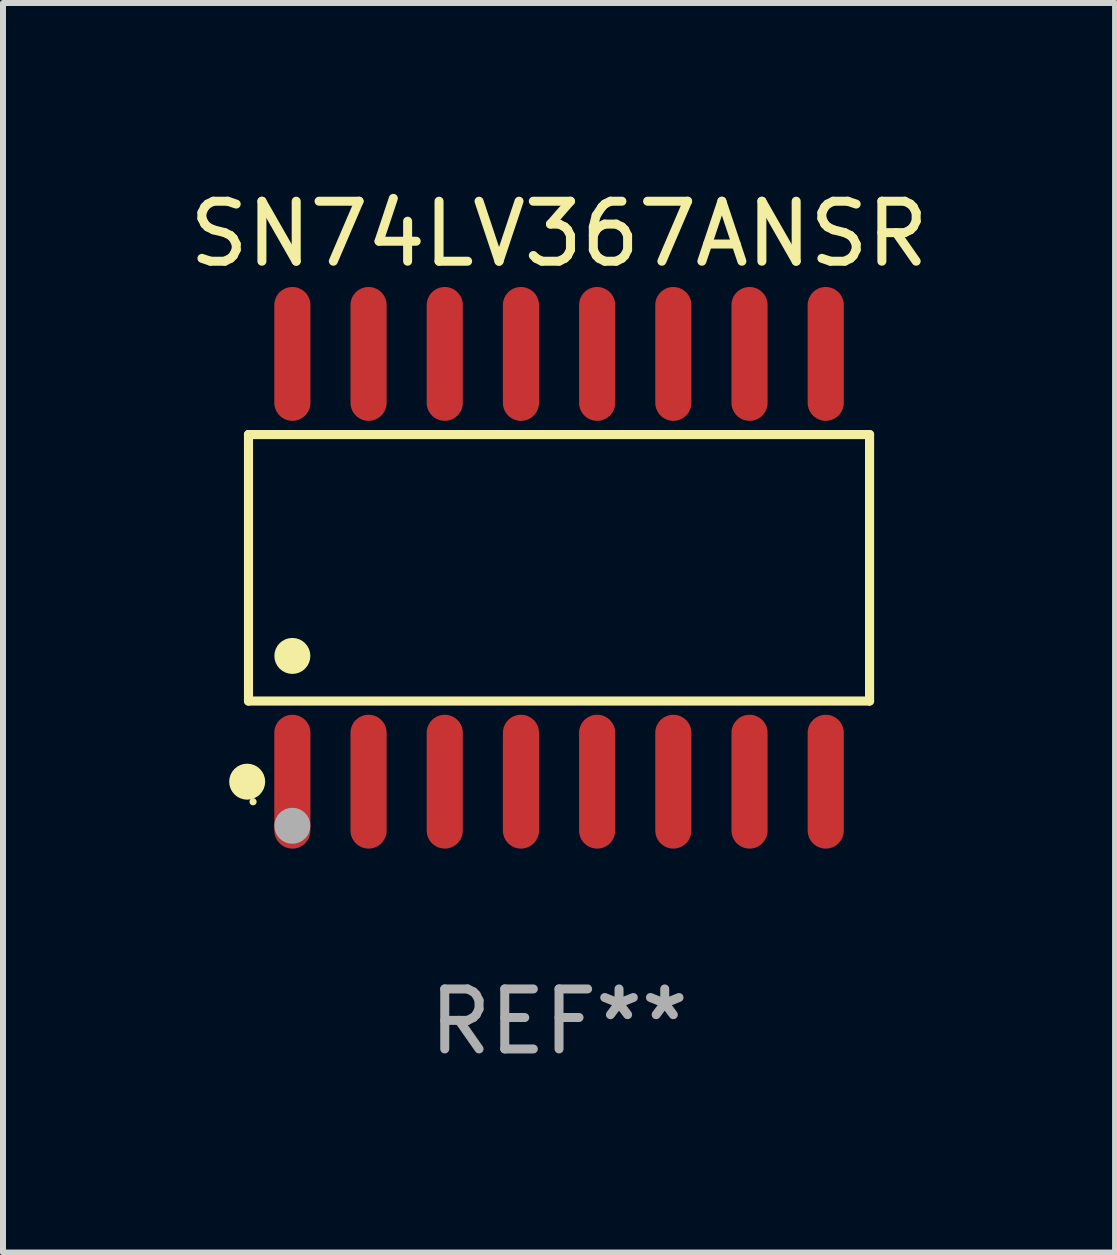
<source format=kicad_pcb>
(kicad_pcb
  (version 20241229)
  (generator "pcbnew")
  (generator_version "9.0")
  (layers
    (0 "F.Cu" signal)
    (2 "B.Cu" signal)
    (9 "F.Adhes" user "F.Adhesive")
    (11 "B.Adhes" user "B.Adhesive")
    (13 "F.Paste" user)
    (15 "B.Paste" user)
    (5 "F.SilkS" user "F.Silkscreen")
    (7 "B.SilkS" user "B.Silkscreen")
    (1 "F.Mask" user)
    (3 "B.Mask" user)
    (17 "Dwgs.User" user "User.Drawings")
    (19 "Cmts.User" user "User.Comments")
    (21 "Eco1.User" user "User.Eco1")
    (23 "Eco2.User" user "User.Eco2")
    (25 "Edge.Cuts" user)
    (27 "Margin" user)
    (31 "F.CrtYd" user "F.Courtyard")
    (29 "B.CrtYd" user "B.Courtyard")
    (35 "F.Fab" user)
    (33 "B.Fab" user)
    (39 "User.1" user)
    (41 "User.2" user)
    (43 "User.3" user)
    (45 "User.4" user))
  (footprint "SN74LV367ANSR"
    (layer "F.Cu")
    (at 6.268 6.414)
    (property "Reference" "SN74LV367ANSR" (at 0 -5.565 0) (layer "F.SilkS") (effects (font (size 1 1) (thickness 0.15))))
    (attr through_hole)
    (fp_line (start -5.176 -2.221) (end 5.176 -2.221) (stroke (width 0.152) (type solid)) (layer "F.SilkS"))
    (fp_line (start -5.176 2.221) (end -5.176 -2.221) (stroke (width 0.152) (type solid)) (layer "F.SilkS"))
    (fp_line (start 5.176 -2.221) (end 5.176 2.221) (stroke (width 0.152) (type solid)) (layer "F.SilkS"))
    (fp_line (start 5.176 2.221) (end -5.176 2.221) (stroke (width 0.152) (type solid)) (layer "F.SilkS"))
    (fp_circle (center -5.198 3.565) (end -5.048 3.565) (stroke (width 0.3) (type solid)) (fill no) (layer "F.SilkS"))
    (fp_circle (center -5.1 3.9) (end -5.07 3.9) (stroke (width 0.06) (type solid)) (fill no) (layer "F.SilkS"))
    (fp_circle (center -4.445 1.469) (end -4.295 1.469) (stroke (width 0.3) (type solid)) (fill no) (layer "F.SilkS"))
    (fp_circle (center -4.445 4.3) (end -4.295 4.3) (stroke (width 0.3) (type solid)) (fill no) (layer "F.Fab"))
    (fp_text user "REF**" (at 0 7.565 0) (layer "F.Fab") (effects (font (size 1 1) (thickness 0.15))))
    (pad "1" smd oval (at -4.445 3.565) (size 0.602 2.231) (layers "F.Cu" "F.Mask" "F.Paste"))
    (pad "2" smd oval (at -3.175 3.565) (size 0.602 2.231) (layers "F.Cu" "F.Mask" "F.Paste"))
    (pad "3" smd oval (at -1.905 3.565) (size 0.602 2.231) (layers "F.Cu" "F.Mask" "F.Paste"))
    (pad "4" smd oval (at -0.635 3.565) (size 0.602 2.231) (layers "F.Cu" "F.Mask" "F.Paste"))
    (pad "5" smd oval (at 0.635 3.565) (size 0.602 2.231) (layers "F.Cu" "F.Mask" "F.Paste"))
    (pad "6" smd oval (at 1.905 3.565) (size 0.602 2.231) (layers "F.Cu" "F.Mask" "F.Paste"))
    (pad "7" smd oval (at 3.175 3.565) (size 0.602 2.231) (layers "F.Cu" "F.Mask" "F.Paste"))
    (pad "8" smd oval (at 4.445 3.565) (size 0.602 2.231) (layers "F.Cu" "F.Mask" "F.Paste"))
    (pad "9" smd oval (at 4.445 -3.565) (size 0.602 2.231) (layers "F.Cu" "F.Mask" "F.Paste"))
    (pad "10" smd oval (at 3.175 -3.565) (size 0.602 2.231) (layers "F.Cu" "F.Mask" "F.Paste"))
    (pad "11" smd oval (at 1.905 -3.565) (size 0.602 2.231) (layers "F.Cu" "F.Mask" "F.Paste"))
    (pad "12" smd oval (at 0.635 -3.565) (size 0.602 2.231) (layers "F.Cu" "F.Mask" "F.Paste"))
    (pad "13" smd oval (at -0.635 -3.565) (size 0.602 2.231) (layers "F.Cu" "F.Mask" "F.Paste"))
    (pad "14" smd oval (at -1.905 -3.565) (size 0.602 2.231) (layers "F.Cu" "F.Mask" "F.Paste"))
    (pad "15" smd oval (at -3.175 -3.565) (size 0.602 2.231) (layers "F.Cu" "F.Mask" "F.Paste"))
    (pad "16" smd oval (at -4.445 -3.565) (size 0.602 2.231) (layers "F.Cu" "F.Mask" "F.Paste")))
  (gr_rect
    (start -3 -3)
    (end 15.536 17.827)
    (stroke (width 0.1) (type default))
    (fill no)
    (layer "Edge.Cuts")))
</source>
